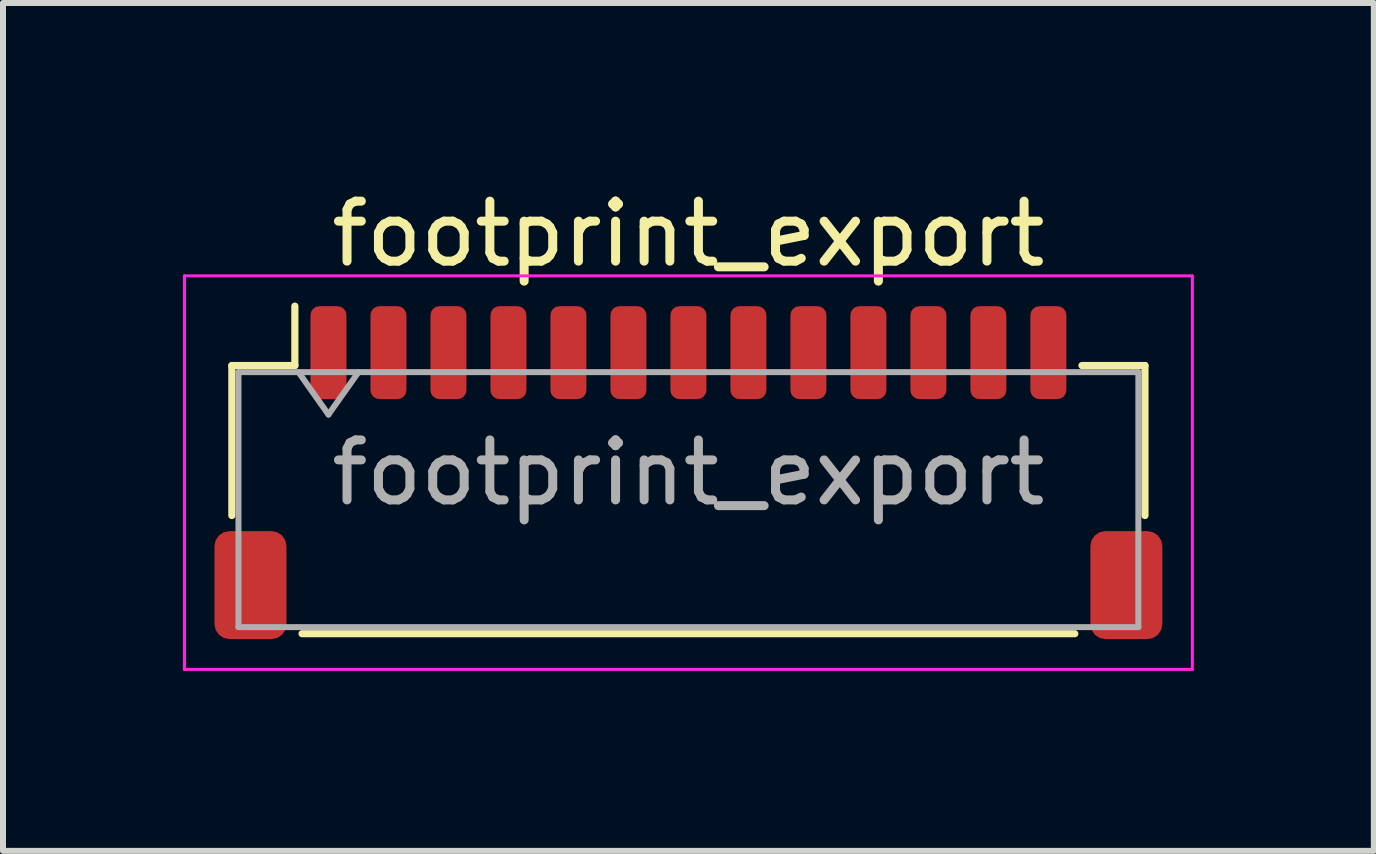
<source format=kicad_pcb>
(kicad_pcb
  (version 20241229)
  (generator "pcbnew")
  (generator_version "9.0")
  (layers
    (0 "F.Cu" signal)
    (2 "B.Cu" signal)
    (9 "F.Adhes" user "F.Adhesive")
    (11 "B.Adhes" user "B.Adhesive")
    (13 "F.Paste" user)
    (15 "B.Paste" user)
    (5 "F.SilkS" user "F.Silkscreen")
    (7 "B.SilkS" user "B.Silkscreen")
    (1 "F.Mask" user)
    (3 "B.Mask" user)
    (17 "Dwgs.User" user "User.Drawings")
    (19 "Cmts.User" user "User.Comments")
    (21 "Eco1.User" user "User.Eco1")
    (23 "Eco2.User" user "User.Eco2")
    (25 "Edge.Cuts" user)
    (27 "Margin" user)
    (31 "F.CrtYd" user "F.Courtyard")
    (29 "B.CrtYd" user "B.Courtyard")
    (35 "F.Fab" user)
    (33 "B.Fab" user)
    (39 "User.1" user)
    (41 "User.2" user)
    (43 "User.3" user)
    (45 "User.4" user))
  (footprint "footprint_export"
    (layer "F.Cu")
    (at 8.425 4.828)
    (property "Reference" "footprint_export" (at 0 -3.98 0) (layer "F.SilkS") (effects (font (size 1 1) (thickness 0.15))))
    (attr smd)
    (fp_line (start -7.61 -1.785) (end -6.56 -1.785) (stroke (width 0.12) (type solid)) (layer "F.SilkS"))
    (fp_line (start -7.61 0.715) (end -7.61 -1.785) (stroke (width 0.12) (type solid)) (layer "F.SilkS"))
    (fp_line (start -6.56 -1.785) (end -6.56 -2.775) (stroke (width 0.12) (type solid)) (layer "F.SilkS"))
    (fp_line (start -6.44 2.685) (end 6.44 2.685) (stroke (width 0.12) (type solid)) (layer "F.SilkS"))
    (fp_line (start 7.61 -1.785) (end 6.56 -1.785) (stroke (width 0.12) (type solid)) (layer "F.SilkS"))
    (fp_line (start 7.61 0.715) (end 7.61 -1.785) (stroke (width 0.12) (type solid)) (layer "F.SilkS"))
    (fp_line (start -8.4 -3.28) (end -8.4 3.28) (stroke (width 0.05) (type solid)) (layer "F.CrtYd"))
    (fp_line (start -8.4 3.28) (end 8.4 3.28) (stroke (width 0.05) (type solid)) (layer "F.CrtYd"))
    (fp_line (start 8.4 -3.28) (end -8.4 -3.28) (stroke (width 0.05) (type solid)) (layer "F.CrtYd"))
    (fp_line (start 8.4 3.28) (end 8.4 -3.28) (stroke (width 0.05) (type solid)) (layer "F.CrtYd"))
    (fp_line (start -7.5 -1.675) (end -7.5 2.575) (stroke (width 0.1) (type solid)) (layer "F.Fab"))
    (fp_line (start -7.5 -1.675) (end 7.5 -1.675) (stroke (width 0.1) (type solid)) (layer "F.Fab"))
    (fp_line (start -7.5 2.575) (end 7.5 2.575) (stroke (width 0.1) (type solid)) (layer "F.Fab"))
    (fp_line (start -6.5 -1.675) (end -6 -0.968) (stroke (width 0.1) (type solid)) (layer "F.Fab"))
    (fp_line (start -6 -0.968) (end -5.5 -1.675) (stroke (width 0.1) (type solid)) (layer "F.Fab"))
    (fp_line (start 7.5 -1.675) (end 7.5 2.575) (stroke (width 0.1) (type solid)) (layer "F.Fab"))
    (fp_text user "${REFERENCE}" (at 0 0 0) (layer "F.Fab") (effects (font (size 1 1) (thickness 0.15))))
    (pad "1" smd roundrect (at -6 -2) (size 0.6 1.55) (layers "F.Cu" "F.Mask" "F.Paste") (roundrect_rratio 0.25))
    (pad "2" smd roundrect (at -5 -2) (size 0.6 1.55) (layers "F.Cu" "F.Mask" "F.Paste") (roundrect_rratio 0.25))
    (pad "3" smd roundrect (at -4 -2) (size 0.6 1.55) (layers "F.Cu" "F.Mask" "F.Paste") (roundrect_rratio 0.25))
    (pad "4" smd roundrect (at -3 -2) (size 0.6 1.55) (layers "F.Cu" "F.Mask" "F.Paste") (roundrect_rratio 0.25))
    (pad "5" smd roundrect (at -2 -2) (size 0.6 1.55) (layers "F.Cu" "F.Mask" "F.Paste") (roundrect_rratio 0.25))
    (pad "6" smd roundrect (at -1 -2) (size 0.6 1.55) (layers "F.Cu" "F.Mask" "F.Paste") (roundrect_rratio 0.25))
    (pad "7" smd roundrect (at 0 -2) (size 0.6 1.55) (layers "F.Cu" "F.Mask" "F.Paste") (roundrect_rratio 0.25))
    (pad "8" smd roundrect (at 1 -2) (size 0.6 1.55) (layers "F.Cu" "F.Mask" "F.Paste") (roundrect_rratio 0.25))
    (pad "9" smd roundrect (at 2 -2) (size 0.6 1.55) (layers "F.Cu" "F.Mask" "F.Paste") (roundrect_rratio 0.25))
    (pad "10" smd roundrect (at 3 -2) (size 0.6 1.55) (layers "F.Cu" "F.Mask" "F.Paste") (roundrect_rratio 0.25))
    (pad "11" smd roundrect (at 4 -2) (size 0.6 1.55) (layers "F.Cu" "F.Mask" "F.Paste") (roundrect_rratio 0.25))
    (pad "12" smd roundrect (at 5 -2) (size 0.6 1.55) (layers "F.Cu" "F.Mask" "F.Paste") (roundrect_rratio 0.25))
    (pad "13" smd roundrect (at 6 -2) (size 0.6 1.55) (layers "F.Cu" "F.Mask" "F.Paste") (roundrect_rratio 0.25))
    (pad "MP" smd roundrect (at -7.3 1.875) (size 1.2 1.8) (layers "F.Cu" "F.Mask" "F.Paste") (roundrect_rratio 0.208))
    (pad "MP" smd roundrect (at 7.3 1.875) (size 1.2 1.8) (layers "F.Cu" "F.Mask" "F.Paste") (roundrect_rratio 0.208)))
  (gr_rect
    (start -3 -3)
    (end 19.85 11.133)
    (stroke (width 0.1) (type default))
    (fill no)
    (layer "Edge.Cuts")))
</source>
